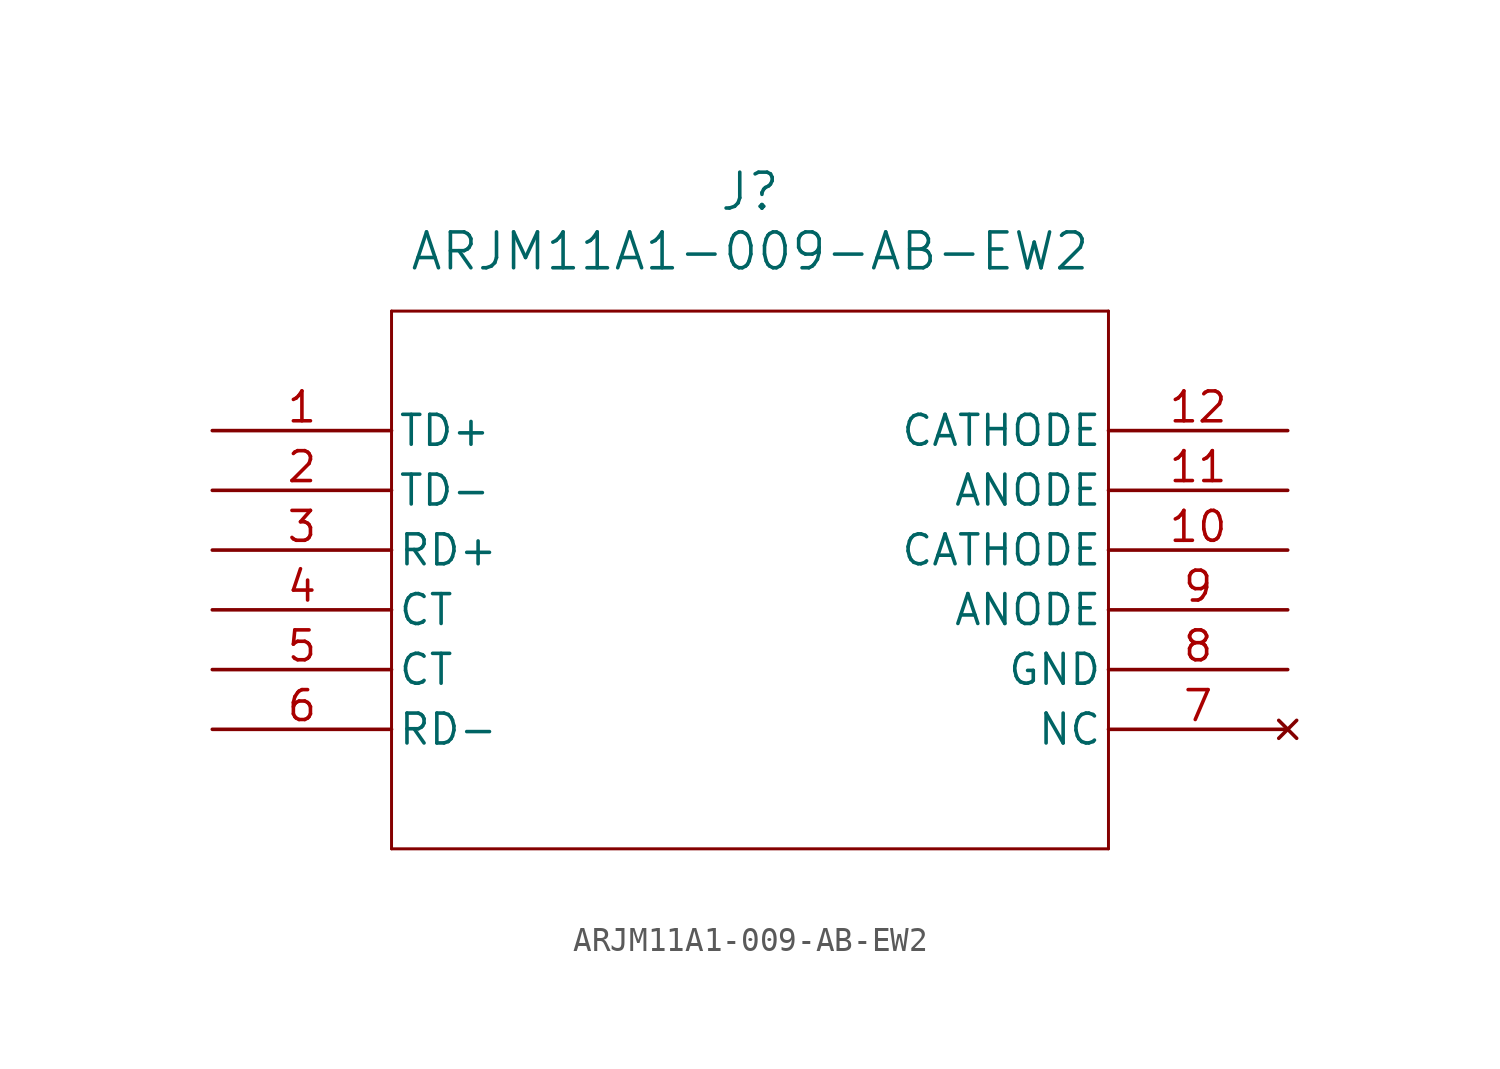
<source format=kicad_sym>
(kicad_symbol_lib
  (version 20211014)
  (generator kicad_symbol_editor)
  (symbol "ARJM11A1-009-AB-EW2"
    (pin_names
      (offset 0.254))
    (property "Reference" "J"
      (at 22.86 10.16 0)
      (effects (font (size 1.524 1.524))))
    (property "Value" "ARJM11A1-009-AB-EW2"
      (at 22.86 7.62 0)
      (effects (font (size 1.524 1.524))))
    (symbol "ARJM11A1-009-AB-EW2_0_1"
      (polyline (pts (xy 7.62 5.08) (xy 7.62 -17.78)) (stroke (width 0.127) (type default) (color 0 0 0 0)) (fill (type none)))
      (polyline (pts (xy 7.62 -17.78) (xy 38.1 -17.78)) (stroke (width 0.127) (type default) (color 0 0 0 0)) (fill (type none)))
      (polyline (pts (xy 38.1 -17.78) (xy 38.1 5.08)) (stroke (width 0.127) (type default) (color 0 0 0 0)) (fill (type none)))
      (polyline (pts (xy 38.1 5.08) (xy 7.62 5.08)) (stroke (width 0.127) (type default) (color 0 0 0 0)) (fill (type none)))
      (pin unspecified line (at 0 0 0) (length 7.62) (name "TD+" (effects (font (size 1.27 1.27)))) (number "1" (effects (font (size 1.27 1.27)))))
      (pin unspecified line (at 0 -2.54 0) (length 7.62) (name "TD-" (effects (font (size 1.27 1.27)))) (number "2" (effects (font (size 1.27 1.27)))))
      (pin unspecified line (at 0 -5.08 0) (length 7.62) (name "RD+" (effects (font (size 1.27 1.27)))) (number "3" (effects (font (size 1.27 1.27)))))
      (pin unspecified line (at 0 -7.62 0) (length 7.62) (name "CT" (effects (font (size 1.27 1.27)))) (number "4" (effects (font (size 1.27 1.27)))))
      (pin unspecified line (at 0 -10.16 0) (length 7.62) (name "CT" (effects (font (size 1.27 1.27)))) (number "5" (effects (font (size 1.27 1.27)))))
      (pin unspecified line (at 0 -12.7 0) (length 7.62) (name "RD-" (effects (font (size 1.27 1.27)))) (number "6" (effects (font (size 1.27 1.27)))))
      (pin no_connect line (at 45.72 -12.7 180) (length 7.62) (name "NC" (effects (font (size 1.27 1.27)))) (number "7" (effects (font (size 1.27 1.27)))))
      (pin power_out line (at 45.72 -10.16 180) (length 7.62) (name "GND" (effects (font (size 1.27 1.27)))) (number "8" (effects (font (size 1.27 1.27)))))
      (pin unspecified line (at 45.72 -7.62 180) (length 7.62) (name "ANODE" (effects (font (size 1.27 1.27)))) (number "9" (effects (font (size 1.27 1.27)))))
      (pin unspecified line (at 45.72 -5.08 180) (length 7.62) (name "CATHODE" (effects (font (size 1.27 1.27)))) (number "10" (effects (font (size 1.27 1.27)))))
      (pin unspecified line (at 45.72 -2.54 180) (length 7.62) (name "ANODE" (effects (font (size 1.27 1.27)))) (number "11" (effects (font (size 1.27 1.27)))))
      (pin unspecified line (at 45.72 0 180) (length 7.62) (name "CATHODE" (effects (font (size 1.27 1.27)))) (number "12" (effects (font (size 1.27 1.27))))))))
</source>
